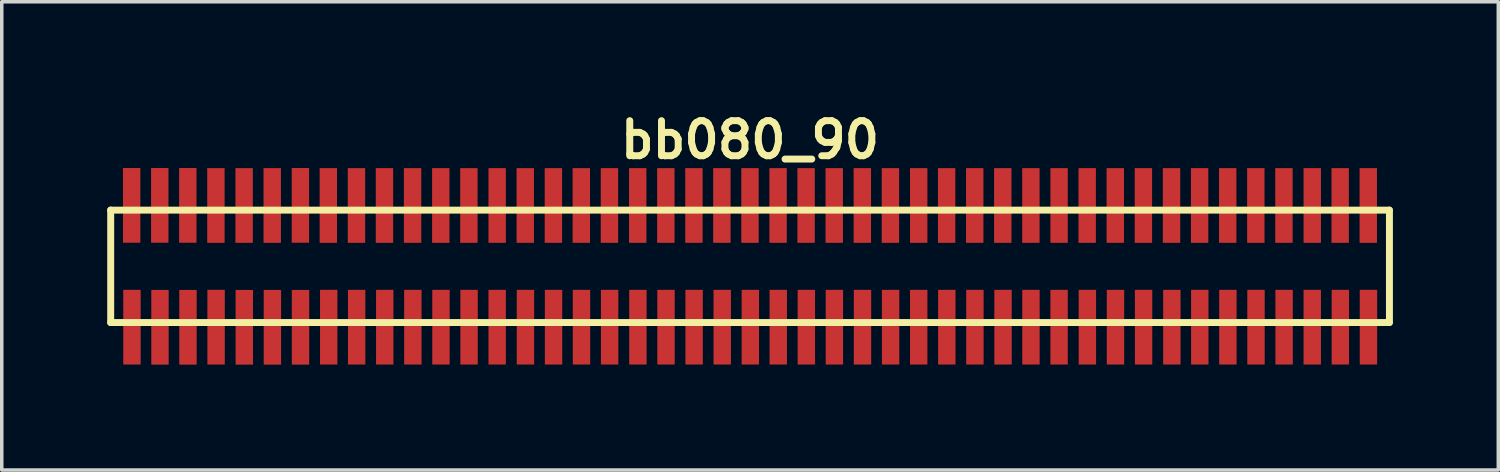
<source format=kicad_pcb>
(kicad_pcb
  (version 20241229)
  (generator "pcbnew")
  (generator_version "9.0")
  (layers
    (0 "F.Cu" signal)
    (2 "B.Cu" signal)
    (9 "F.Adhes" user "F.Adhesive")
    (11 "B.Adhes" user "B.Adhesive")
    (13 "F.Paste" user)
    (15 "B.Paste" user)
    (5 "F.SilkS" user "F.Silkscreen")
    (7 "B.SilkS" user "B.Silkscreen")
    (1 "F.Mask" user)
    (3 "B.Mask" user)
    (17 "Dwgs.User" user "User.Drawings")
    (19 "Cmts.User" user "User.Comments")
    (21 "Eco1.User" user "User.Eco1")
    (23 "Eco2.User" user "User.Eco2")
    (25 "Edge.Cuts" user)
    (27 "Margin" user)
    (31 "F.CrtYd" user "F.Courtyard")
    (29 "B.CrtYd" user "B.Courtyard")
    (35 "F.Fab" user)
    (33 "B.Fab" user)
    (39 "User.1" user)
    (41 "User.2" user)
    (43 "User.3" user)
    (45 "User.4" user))
  (footprint "bb080_90"
    (layer "F.Cu")
    (at 18.298 4.531)
    (property "Reference" "bb080_90" (at 0 -3.599 0) (layer "F.SilkS") (effects (font (size 0.998 0.998) (thickness 0.198))))
    (attr smd)
    (fp_line (start -18.199 -1.6) (end 18.199 -1.6) (stroke (width 0.198) (type solid)) (layer "F.SilkS"))
    (fp_line (start -18.197 -1.6) (end -18.197 1.6) (stroke (width 0.198) (type solid)) (layer "F.SilkS"))
    (fp_line (start 18.199 1.6) (end -18.199 1.6) (stroke (width 0.198) (type solid)) (layer "F.SilkS"))
    (fp_line (start 18.202 1.6) (end 18.202 -1.6) (stroke (width 0.198) (type solid)) (layer "F.SilkS"))
    (pad "1" smd rect (at -17.592 1.732) (size 0.495 2.126) (layers "F.Cu" "F.Mask" "F.Paste"))
    (pad "2" smd rect (at -17.6 -1.735) (size 0.495 2.126) (layers "F.Cu" "F.Mask" "F.Paste"))
    (pad "3" smd rect (at -16.794 1.735) (size 0.495 2.126) (layers "F.Cu" "F.Mask" "F.Paste"))
    (pad "4" smd rect (at -16.8 -1.735) (size 0.495 2.126) (layers "F.Cu" "F.Mask" "F.Paste"))
    (pad "5" smd rect (at -15.997 1.735) (size 0.495 2.126) (layers "F.Cu" "F.Mask" "F.Paste"))
    (pad "6" smd rect (at -16.002 -1.735) (size 0.495 2.126) (layers "F.Cu" "F.Mask" "F.Paste"))
    (pad "7" smd rect (at -15.197 1.732) (size 0.495 2.126) (layers "F.Cu" "F.Mask" "F.Paste"))
    (pad "8" smd rect (at -15.202 -1.732) (size 0.495 2.126) (layers "F.Cu" "F.Mask" "F.Paste"))
    (pad "9" smd rect (at -14.394 1.735) (size 0.495 2.126) (layers "F.Cu" "F.Mask" "F.Paste"))
    (pad "10" smd rect (at -14.399 -1.732) (size 0.495 2.126) (layers "F.Cu" "F.Mask" "F.Paste"))
    (pad "11" smd rect (at -13.594 1.735) (size 0.495 2.126) (layers "F.Cu" "F.Mask" "F.Paste"))
    (pad "12" smd rect (at -13.599 -1.732) (size 0.495 2.126) (layers "F.Cu" "F.Mask" "F.Paste"))
    (pad "13" smd rect (at -12.794 1.735) (size 0.495 2.126) (layers "F.Cu" "F.Mask" "F.Paste"))
    (pad "14" smd rect (at -12.797 -1.735) (size 0.495 2.126) (layers "F.Cu" "F.Mask" "F.Paste"))
    (pad "15" smd rect (at -11.991 1.732) (size 0.495 2.126) (layers "F.Cu" "F.Mask" "F.Paste"))
    (pad "16" smd rect (at -12.002 -1.732) (size 0.495 2.126) (layers "F.Cu" "F.Mask" "F.Paste"))
    (pad "17" smd rect (at -11.196 1.732) (size 0.495 2.126) (layers "F.Cu" "F.Mask" "F.Paste"))
    (pad "18" smd rect (at -11.201 -1.732) (size 0.495 2.126) (layers "F.Cu" "F.Mask" "F.Paste"))
    (pad "19" smd rect (at -10.396 1.732) (size 0.495 2.126) (layers "F.Cu" "F.Mask" "F.Paste"))
    (pad "20" smd rect (at -10.404 -1.732) (size 0.495 2.126) (layers "F.Cu" "F.Mask" "F.Paste"))
    (pad "21" smd rect (at -9.596 1.732) (size 0.495 2.126) (layers "F.Cu" "F.Mask" "F.Paste"))
    (pad "22" smd rect (at -9.604 -1.732) (size 0.495 2.126) (layers "F.Cu" "F.Mask" "F.Paste"))
    (pad "23" smd rect (at -8.796 1.732) (size 0.495 2.126) (layers "F.Cu" "F.Mask" "F.Paste"))
    (pad "24" smd rect (at -8.801 -1.732) (size 0.495 2.126) (layers "F.Cu" "F.Mask" "F.Paste"))
    (pad "25" smd rect (at -7.996 1.732) (size 0.495 2.126) (layers "F.Cu" "F.Mask" "F.Paste"))
    (pad "26" smd rect (at -8.001 -1.732) (size 0.495 2.126) (layers "F.Cu" "F.Mask" "F.Paste"))
    (pad "27" smd rect (at -7.196 1.732) (size 0.495 2.126) (layers "F.Cu" "F.Mask" "F.Paste"))
    (pad "28" smd rect (at -7.196 -1.732) (size 0.495 2.126) (layers "F.Cu" "F.Mask" "F.Paste"))
    (pad "29" smd rect (at -6.391 1.732) (size 0.495 2.126) (layers "F.Cu" "F.Mask" "F.Paste"))
    (pad "30" smd rect (at -6.396 -1.732) (size 0.495 2.126) (layers "F.Cu" "F.Mask" "F.Paste"))
    (pad "31" smd rect (at -5.591 1.732) (size 0.495 2.126) (layers "F.Cu" "F.Mask" "F.Paste"))
    (pad "32" smd rect (at -5.596 -1.732) (size 0.495 2.126) (layers "F.Cu" "F.Mask" "F.Paste"))
    (pad "33" smd rect (at -4.796 1.732) (size 0.495 2.126) (layers "F.Cu" "F.Mask" "F.Paste"))
    (pad "34" smd rect (at -4.801 -1.732) (size 0.495 2.126) (layers "F.Cu" "F.Mask" "F.Paste"))
    (pad "35" smd rect (at -3.995 1.732) (size 0.495 2.126) (layers "F.Cu" "F.Mask" "F.Paste"))
    (pad "36" smd rect (at -4 -1.732) (size 0.495 2.126) (layers "F.Cu" "F.Mask" "F.Paste"))
    (pad "37" smd rect (at -3.19 1.732) (size 0.495 2.126) (layers "F.Cu" "F.Mask" "F.Paste"))
    (pad "38" smd rect (at -3.195 -1.732) (size 0.495 2.126) (layers "F.Cu" "F.Mask" "F.Paste"))
    (pad "39" smd rect (at -2.39 1.732) (size 0.495 2.126) (layers "F.Cu" "F.Mask" "F.Paste"))
    (pad "40" smd rect (at -2.395 -1.732) (size 0.495 2.126) (layers "F.Cu" "F.Mask" "F.Paste"))
    (pad "41" smd rect (at -1.59 1.732) (size 0.495 2.126) (layers "F.Cu" "F.Mask" "F.Paste"))
    (pad "42" smd rect (at -1.595 -1.732) (size 0.495 2.126) (layers "F.Cu" "F.Mask" "F.Paste"))
    (pad "43" smd rect (at -0.79 1.732) (size 0.495 2.126) (layers "F.Cu" "F.Mask" "F.Paste"))
    (pad "44" smd rect (at -0.8 -1.732) (size 0.495 2.126) (layers "F.Cu" "F.Mask" "F.Paste"))
    (pad "45" smd rect (at 0.01 1.732) (size 0.495 2.126) (layers "F.Cu" "F.Mask" "F.Paste"))
    (pad "46" smd rect (at 0 -1.732) (size 0.495 2.126) (layers "F.Cu" "F.Mask" "F.Paste"))
    (pad "47" smd rect (at 0.805 1.732) (size 0.495 2.126) (layers "F.Cu" "F.Mask" "F.Paste"))
    (pad "48" smd rect (at 0.8 -1.732) (size 0.495 2.126) (layers "F.Cu" "F.Mask" "F.Paste"))
    (pad "49" smd rect (at 1.605 1.732) (size 0.495 2.126) (layers "F.Cu" "F.Mask" "F.Paste"))
    (pad "50" smd rect (at 1.598 -1.732) (size 0.495 2.126) (layers "F.Cu" "F.Mask" "F.Paste"))
    (pad "51" smd rect (at 2.403 1.732) (size 0.495 2.126) (layers "F.Cu" "F.Mask" "F.Paste"))
    (pad "52" smd rect (at 2.398 -1.732) (size 0.495 2.126) (layers "F.Cu" "F.Mask" "F.Paste"))
    (pad "53" smd rect (at 3.203 1.732) (size 0.495 2.126) (layers "F.Cu" "F.Mask" "F.Paste"))
    (pad "54" smd rect (at 3.198 -1.732) (size 0.495 2.126) (layers "F.Cu" "F.Mask" "F.Paste"))
    (pad "55" smd rect (at 4.003 1.732) (size 0.495 2.126) (layers "F.Cu" "F.Mask" "F.Paste"))
    (pad "56" smd rect (at 3.998 -1.732) (size 0.495 2.126) (layers "F.Cu" "F.Mask" "F.Paste"))
    (pad "57" smd rect (at 4.803 1.732) (size 0.495 2.126) (layers "F.Cu" "F.Mask" "F.Paste"))
    (pad "58" smd rect (at 4.803 -1.732) (size 0.495 2.126) (layers "F.Cu" "F.Mask" "F.Paste"))
    (pad "59" smd rect (at 5.603 1.732) (size 0.495 2.126) (layers "F.Cu" "F.Mask" "F.Paste"))
    (pad "60" smd rect (at 5.598 -1.732) (size 0.495 2.126) (layers "F.Cu" "F.Mask" "F.Paste"))
    (pad "61" smd rect (at 6.403 1.732) (size 0.495 2.126) (layers "F.Cu" "F.Mask" "F.Paste"))
    (pad "62" smd rect (at 6.398 -1.732) (size 0.495 2.126) (layers "F.Cu" "F.Mask" "F.Paste"))
    (pad "63" smd rect (at 7.203 1.732) (size 0.495 2.126) (layers "F.Cu" "F.Mask" "F.Paste"))
    (pad "64" smd rect (at 7.196 -1.732) (size 0.495 2.126) (layers "F.Cu" "F.Mask" "F.Paste"))
    (pad "65" smd rect (at 7.998 1.732) (size 0.495 2.126) (layers "F.Cu" "F.Mask" "F.Paste"))
    (pad "66" smd rect (at 7.996 -1.732) (size 0.495 2.126) (layers "F.Cu" "F.Mask" "F.Paste"))
    (pad "67" smd rect (at 8.799 1.732) (size 0.495 2.126) (layers "F.Cu" "F.Mask" "F.Paste"))
    (pad "68" smd rect (at 8.799 -1.732) (size 0.495 2.126) (layers "F.Cu" "F.Mask" "F.Paste"))
    (pad "69" smd rect (at 9.604 1.732) (size 0.495 2.126) (layers "F.Cu" "F.Mask" "F.Paste"))
    (pad "70" smd rect (at 9.599 -1.732) (size 0.495 2.126) (layers "F.Cu" "F.Mask" "F.Paste"))
    (pad "71" smd rect (at 10.404 1.732) (size 0.495 2.126) (layers "F.Cu" "F.Mask" "F.Paste"))
    (pad "72" smd rect (at 10.399 -1.732) (size 0.495 2.126) (layers "F.Cu" "F.Mask" "F.Paste"))
    (pad "73" smd rect (at 11.204 1.732) (size 0.495 2.126) (layers "F.Cu" "F.Mask" "F.Paste"))
    (pad "74" smd rect (at 11.199 -1.732) (size 0.495 2.126) (layers "F.Cu" "F.Mask" "F.Paste"))
    (pad "75" smd rect (at 12.009 1.732) (size 0.495 2.126) (layers "F.Cu" "F.Mask" "F.Paste"))
    (pad "76" smd rect (at 11.999 -1.732) (size 0.495 2.126) (layers "F.Cu" "F.Mask" "F.Paste"))
    (pad "77" smd rect (at 12.804 1.732) (size 0.495 2.126) (layers "F.Cu" "F.Mask" "F.Paste"))
    (pad "78" smd rect (at 12.799 -1.732) (size 0.495 2.126) (layers "F.Cu" "F.Mask" "F.Paste"))
    (pad "79" smd rect (at 13.604 1.732) (size 0.495 2.126) (layers "F.Cu" "F.Mask" "F.Paste"))
    (pad "80" smd rect (at 13.599 -1.732) (size 0.495 2.126) (layers "F.Cu" "F.Mask" "F.Paste"))
    (pad "81" smd rect (at 14.404 1.732) (size 0.495 2.126) (layers "F.Cu" "F.Mask" "F.Paste"))
    (pad "82" smd rect (at 14.399 -1.732) (size 0.495 2.126) (layers "F.Cu" "F.Mask" "F.Paste"))
    (pad "83" smd rect (at 15.204 1.732) (size 0.495 2.126) (layers "F.Cu" "F.Mask" "F.Paste"))
    (pad "84" smd rect (at 15.199 -1.732) (size 0.495 2.126) (layers "F.Cu" "F.Mask" "F.Paste"))
    (pad "85" smd rect (at 16.005 1.732) (size 0.495 2.126) (layers "F.Cu" "F.Mask" "F.Paste"))
    (pad "86" smd rect (at 16.005 -1.732) (size 0.495 2.126) (layers "F.Cu" "F.Mask" "F.Paste"))
    (pad "87" smd rect (at 16.805 1.732) (size 0.495 2.126) (layers "F.Cu" "F.Mask" "F.Paste"))
    (pad "88" smd rect (at 16.8 -1.732) (size 0.495 2.126) (layers "F.Cu" "F.Mask" "F.Paste"))
    (pad "89" smd rect (at 17.605 1.732) (size 0.495 2.126) (layers "F.Cu" "F.Mask" "F.Paste"))
    (pad "90" smd rect (at 17.6 -1.732) (size 0.495 2.126) (layers "F.Cu" "F.Mask" "F.Paste")))
  (gr_rect
    (start -3 -3)
    (end 39.599 10.329)
    (stroke (width 0.1) (type default))
    (fill no)
    (layer "Edge.Cuts")))
</source>
